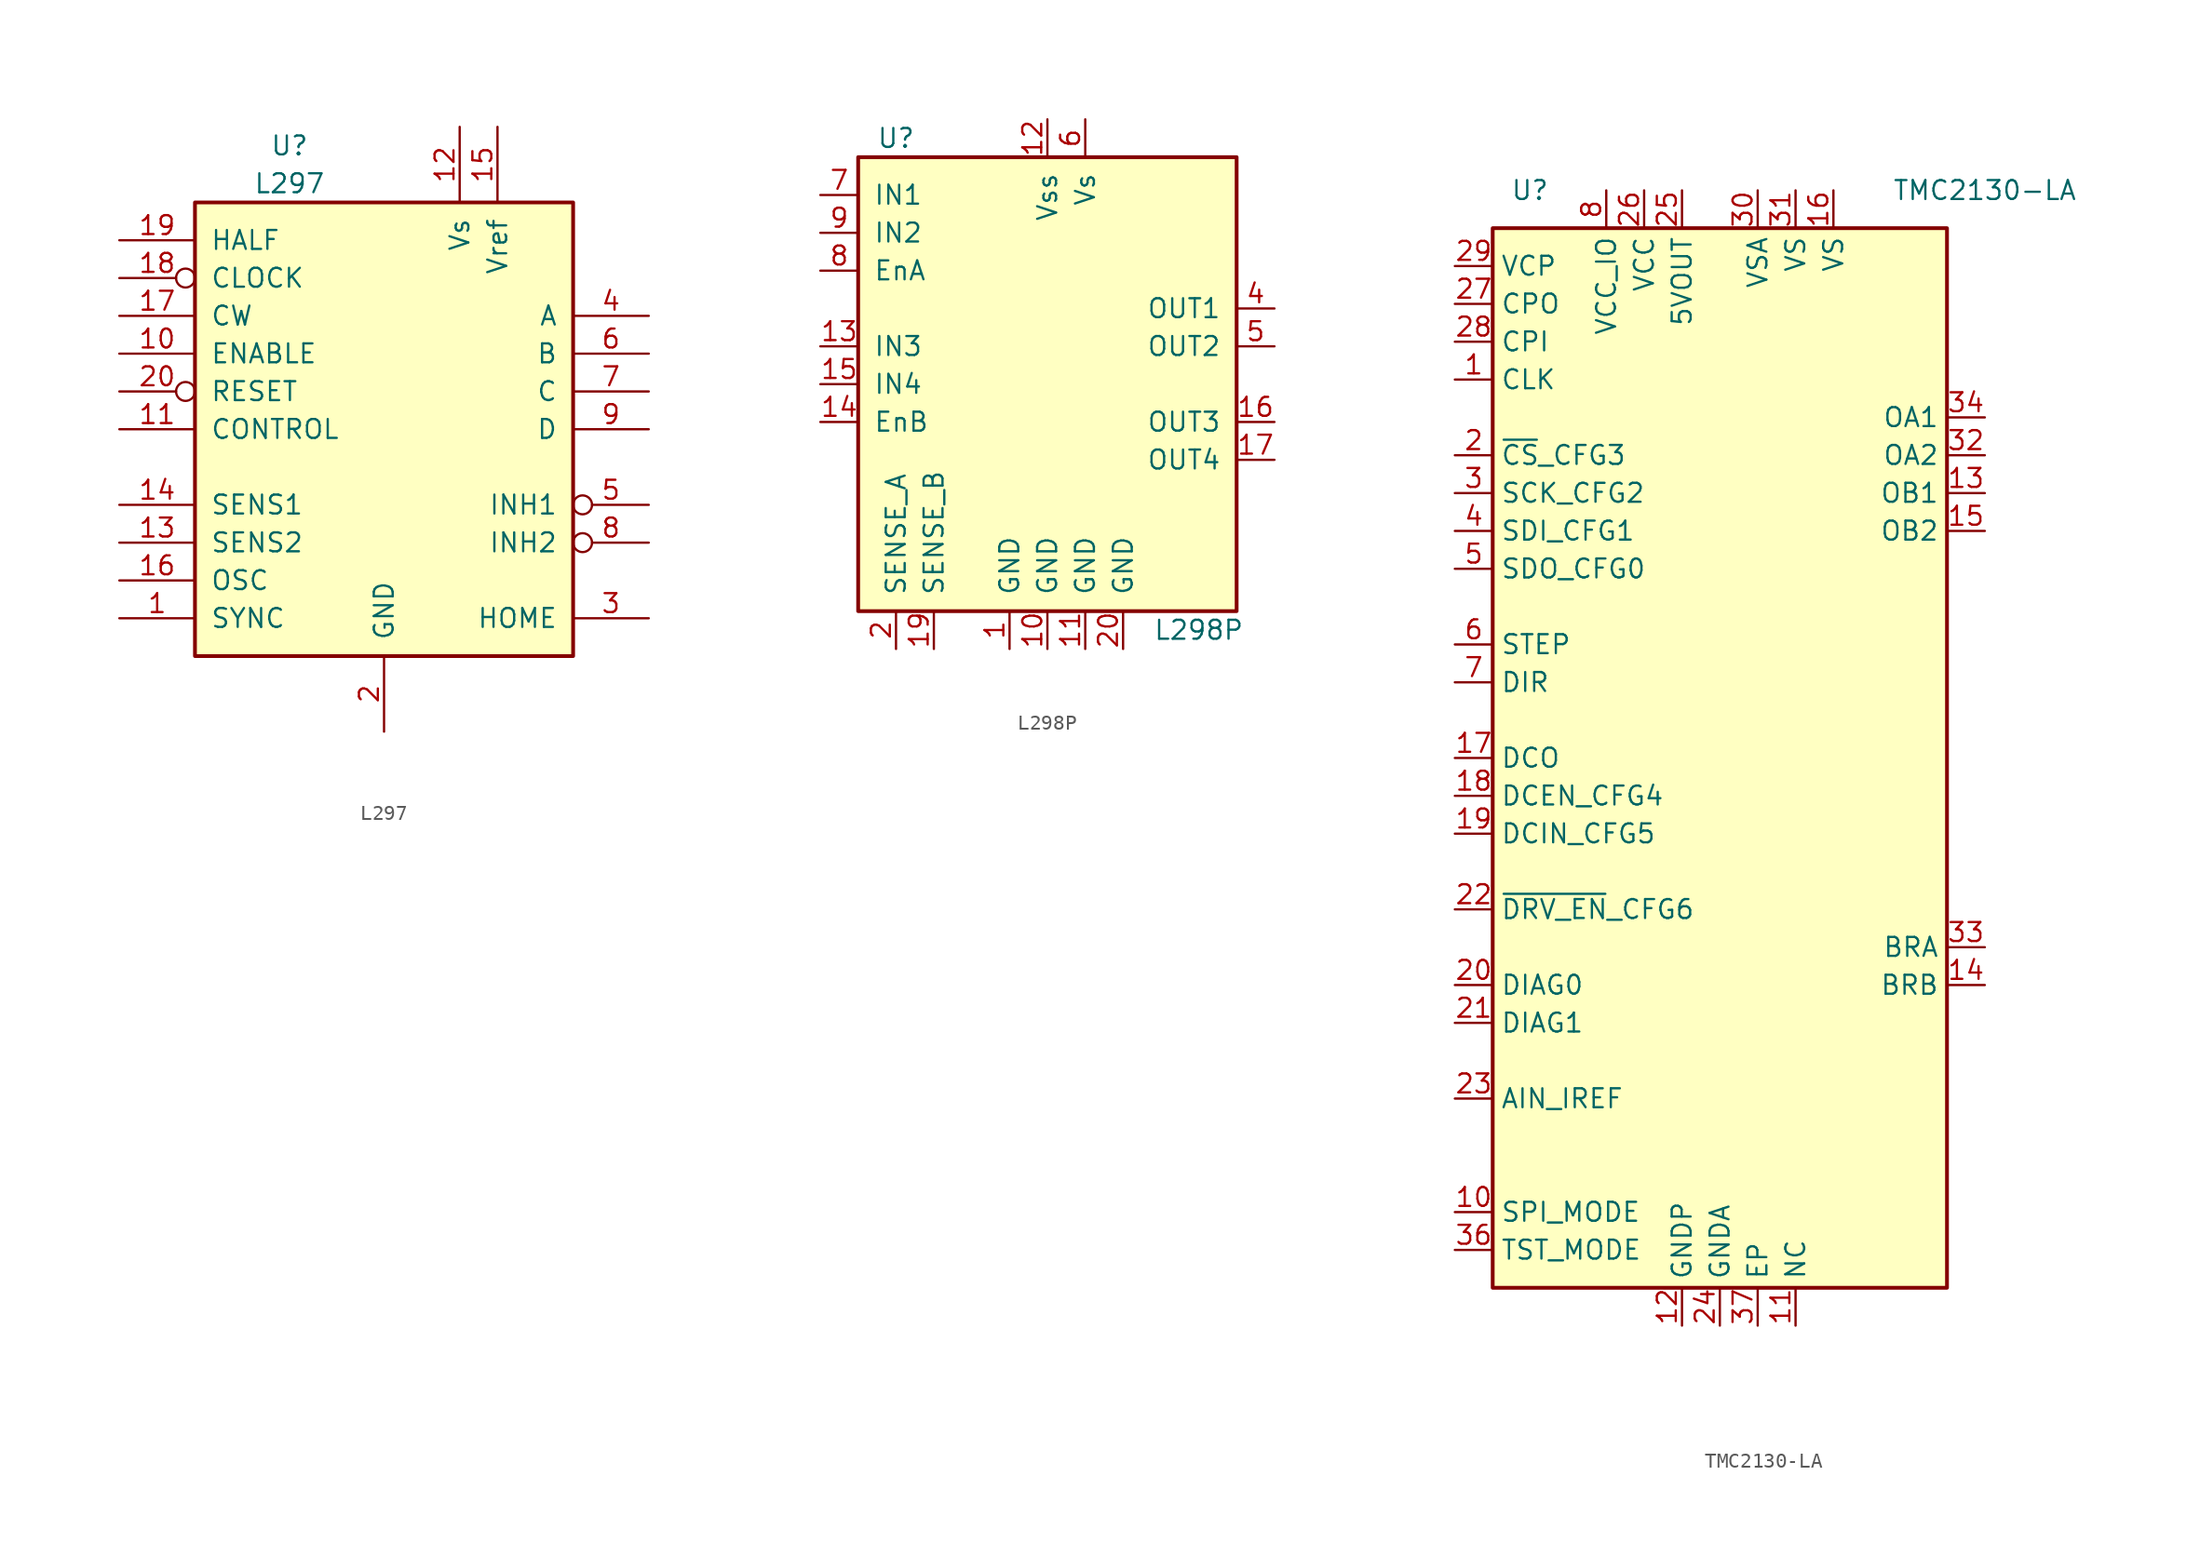
<source format=kicad_sym>
(kicad_symbol_lib
  (version 20200908)
  (generator kicad_symbol_editor)
  (symbol "Driver_Motor:L297"
    (pin_names
      (offset 1.016))
    (property "Reference" "U"
      (at -6.35 19.05 0)
      (effects (font (size 1.27 1.27))))
    (property "Value" "L297"
      (at -6.35 16.51 0)
      (effects (font (size 1.27 1.27))))
    (symbol "L297_0_1"
      (rectangle (start -12.7 15.24) (end 12.7 -15.24) (stroke (width 0.254)) (fill (type background))))
    (symbol "L297_1_0"
      (pin input line (at -17.78 0 0) (length 5.08) (name "CONTROL" (effects (font (size 1.27 1.27)))) (number "11" (effects (font (size 1.27 1.27)))))
      (pin power_in line (at 5.08 20.32 270) (length 5.08) (name "Vs" (effects (font (size 1.27 1.27)))) (number "12" (effects (font (size 1.27 1.27)))))
      (pin input line (at -17.78 -7.62 0) (length 5.08) (name "SENS2" (effects (font (size 1.27 1.27)))) (number "13" (effects (font (size 1.27 1.27)))))
      (pin input line (at -17.78 -5.08 0) (length 5.08) (name "SENS1" (effects (font (size 1.27 1.27)))) (number "14" (effects (font (size 1.27 1.27)))))
      (pin input line (at 7.62 20.32 270) (length 5.08) (name "Vref" (effects (font (size 1.27 1.27)))) (number "15" (effects (font (size 1.27 1.27)))))
      (pin input line (at -17.78 -10.16 0) (length 5.08) (name "OSC" (effects (font (size 1.27 1.27)))) (number "16" (effects (font (size 1.27 1.27)))))
      (pin input line (at -17.78 7.62 0) (length 5.08) (name "CW" (effects (font (size 1.27 1.27)))) (number "17" (effects (font (size 1.27 1.27)))))
      (pin input inverted (at -17.78 10.16 0) (length 5.08) (name "CLOCK" (effects (font (size 1.27 1.27)))) (number "18" (effects (font (size 1.27 1.27)))))
      (pin input line (at -17.78 12.7 0) (length 5.08) (name "HALF" (effects (font (size 1.27 1.27)))) (number "19" (effects (font (size 1.27 1.27)))))
      (pin input inverted (at -17.78 2.54 0) (length 5.08) (name "RESET" (effects (font (size 1.27 1.27)))) (number "20" (effects (font (size 1.27 1.27))))))
    (symbol "L297_1_1"
      (pin bidirectional line (at -17.78 -12.7 0) (length 5.08) (name "SYNC" (effects (font (size 1.27 1.27)))) (number "1" (effects (font (size 1.27 1.27)))))
      (pin input line (at -17.78 5.08 0) (length 5.08) (name "ENABLE" (effects (font (size 1.27 1.27)))) (number "10" (effects (font (size 1.27 1.27)))))
      (pin power_in line (at 0 -20.32 90) (length 5.08) (name "GND" (effects (font (size 1.27 1.27)))) (number "2" (effects (font (size 1.27 1.27)))))
      (pin open_collector line (at 17.78 -12.7 180) (length 5.08) (name "HOME" (effects (font (size 1.27 1.27)))) (number "3" (effects (font (size 1.27 1.27)))))
      (pin output line (at 17.78 7.62 180) (length 5.08) (name "A" (effects (font (size 1.27 1.27)))) (number "4" (effects (font (size 1.27 1.27)))))
      (pin output inverted (at 17.78 -5.08 180) (length 5.08) (name "INH1" (effects (font (size 1.27 1.27)))) (number "5" (effects (font (size 1.27 1.27)))))
      (pin output line (at 17.78 5.08 180) (length 5.08) (name "B" (effects (font (size 1.27 1.27)))) (number "6" (effects (font (size 1.27 1.27)))))
      (pin output line (at 17.78 2.54 180) (length 5.08) (name "C" (effects (font (size 1.27 1.27)))) (number "7" (effects (font (size 1.27 1.27)))))
      (pin output inverted (at 17.78 -7.62 180) (length 5.08) (name "INH2" (effects (font (size 1.27 1.27)))) (number "8" (effects (font (size 1.27 1.27)))))
      (pin output line (at 17.78 0 180) (length 5.08) (name "D" (effects (font (size 1.27 1.27)))) (number "9" (effects (font (size 1.27 1.27)))))))
  (symbol "Driver_Motor:L298P"
    (pin_names
      (offset 1.016))
    (property "Reference" "U"
      (at -10.16 16.51 0)
      (effects (font (size 1.27 1.27))))
    (property "Value" "L298P"
      (at 10.16 -16.51 0)
      (effects (font (size 1.27 1.27))))
    (symbol "L298P_0_1"
      (rectangle (start -12.7 15.24) (end 12.7 -15.24) (stroke (width 0.254)) (fill (type background))))
    (symbol "L298P_1_1"
      (pin power_in line (at -2.54 -17.78 90) (length 2.54) (name "GND" (effects (font (size 1.27 1.27)))) (number "1" (effects (font (size 1.27 1.27)))))
      (pin power_in line (at 0 -17.78 90) (length 2.54) (name "GND" (effects (font (size 1.27 1.27)))) (number "10" (effects (font (size 1.27 1.27)))))
      (pin power_in line (at 2.54 -17.78 90) (length 2.54) (name "GND" (effects (font (size 1.27 1.27)))) (number "11" (effects (font (size 1.27 1.27)))))
      (pin power_in line (at 0 17.78 270) (length 2.54) (name "Vss" (effects (font (size 1.27 1.27)))) (number "12" (effects (font (size 1.27 1.27)))))
      (pin input line (at -15.24 2.54 0) (length 2.54) (name "IN3" (effects (font (size 1.27 1.27)))) (number "13" (effects (font (size 1.27 1.27)))))
      (pin input line (at -15.24 -2.54 0) (length 2.54) (name "EnB" (effects (font (size 1.27 1.27)))) (number "14" (effects (font (size 1.27 1.27)))))
      (pin input line (at -15.24 0 0) (length 2.54) (name "IN4" (effects (font (size 1.27 1.27)))) (number "15" (effects (font (size 1.27 1.27)))))
      (pin output line (at 15.24 -2.54 180) (length 2.54) (name "OUT3" (effects (font (size 1.27 1.27)))) (number "16" (effects (font (size 1.27 1.27)))))
      (pin output line (at 15.24 -5.08 180) (length 2.54) (name "OUT4" (effects (font (size 1.27 1.27)))) (number "17" (effects (font (size 1.27 1.27)))))
      (pin unconnected line (at 15.24 10.16 180) (length 2.54) hide (name "NC" (effects (font (size 1.27 1.27)))) (number "18" (effects (font (size 1.27 1.27)))))
      (pin power_in line (at -7.62 -17.78 90) (length 2.54) (name "SENSE_B" (effects (font (size 1.27 1.27)))) (number "19" (effects (font (size 1.27 1.27)))))
      (pin power_in line (at -10.16 -17.78 90) (length 2.54) (name "SENSE_A" (effects (font (size 1.27 1.27)))) (number "2" (effects (font (size 1.27 1.27)))))
      (pin power_in line (at 5.08 -17.78 90) (length 2.54) (name "GND" (effects (font (size 1.27 1.27)))) (number "20" (effects (font (size 1.27 1.27)))))
      (pin unconnected line (at 15.24 12.7 180) (length 2.54) hide (name "NC" (effects (font (size 1.27 1.27)))) (number "3" (effects (font (size 1.27 1.27)))))
      (pin output line (at 15.24 5.08 180) (length 2.54) (name "OUT1" (effects (font (size 1.27 1.27)))) (number "4" (effects (font (size 1.27 1.27)))))
      (pin output line (at 15.24 2.54 180) (length 2.54) (name "OUT2" (effects (font (size 1.27 1.27)))) (number "5" (effects (font (size 1.27 1.27)))))
      (pin power_in line (at 2.54 17.78 270) (length 2.54) (name "Vs" (effects (font (size 1.27 1.27)))) (number "6" (effects (font (size 1.27 1.27)))))
      (pin input line (at -15.24 12.7 0) (length 2.54) (name "IN1" (effects (font (size 1.27 1.27)))) (number "7" (effects (font (size 1.27 1.27)))))
      (pin input line (at -15.24 7.62 0) (length 2.54) (name "EnA" (effects (font (size 1.27 1.27)))) (number "8" (effects (font (size 1.27 1.27)))))
      (pin input line (at -15.24 10.16 0) (length 2.54) (name "IN2" (effects (font (size 1.27 1.27)))) (number "9" (effects (font (size 1.27 1.27)))))))
  (symbol "Driver_Motor:TMC2130-LA"
    (property "Reference" "U"
      (at -11.43 38.1 0)
      (effects (font (size 1.27 1.27)) (justify right)))
    (property "Value" "TMC2130-LA"
      (at 17.78 38.1 0)
      (effects (font (size 1.27 1.27))))
    (symbol "TMC2130-LA_0_1"
      (rectangle (start -15.24 35.56) (end 15.24 -35.56) (stroke (width 0.254)) (fill (type background))))
    (symbol "TMC2130-LA_1_1"
      (pin input line (at -17.78 25.4 0) (length 2.54) (name "CLK" (effects (font (size 1.27 1.27)))) (number "1" (effects (font (size 1.27 1.27)))))
      (pin input line (at -17.78 -30.48 0) (length 2.54) (name "SPI_MODE" (effects (font (size 1.27 1.27)))) (number "10" (effects (font (size 1.27 1.27)))))
      (pin passive line (at 5.08 -38.1 90) (length 2.54) (name "NC" (effects (font (size 1.27 1.27)))) (number "11" (effects (font (size 1.27 1.27)))))
      (pin power_in line (at -2.54 -38.1 90) (length 2.54) (name "GNDP" (effects (font (size 1.27 1.27)))) (number "12" (effects (font (size 1.27 1.27)))))
      (pin output line (at 17.78 17.78 180) (length 2.54) (name "OB1" (effects (font (size 1.27 1.27)))) (number "13" (effects (font (size 1.27 1.27)))))
      (pin passive line (at 17.78 -15.24 180) (length 2.54) (name "BRB" (effects (font (size 1.27 1.27)))) (number "14" (effects (font (size 1.27 1.27)))))
      (pin output line (at 17.78 15.24 180) (length 2.54) (name "OB2" (effects (font (size 1.27 1.27)))) (number "15" (effects (font (size 1.27 1.27)))))
      (pin power_in line (at 7.62 38.1 270) (length 2.54) (name "VS" (effects (font (size 1.27 1.27)))) (number "16" (effects (font (size 1.27 1.27)))))
      (pin output line (at -17.78 0 0) (length 2.54) (name "DCO" (effects (font (size 1.27 1.27)))) (number "17" (effects (font (size 1.27 1.27)))))
      (pin input line (at -17.78 -2.54 0) (length 2.54) (name "DCEN_CFG4" (effects (font (size 1.27 1.27)))) (number "18" (effects (font (size 1.27 1.27)))))
      (pin input line (at -17.78 -5.08 0) (length 2.54) (name "DCIN_CFG5" (effects (font (size 1.27 1.27)))) (number "19" (effects (font (size 1.27 1.27)))))
      (pin input line (at -17.78 20.32 0) (length 2.54) (name "~CS~_CFG3" (effects (font (size 1.27 1.27)))) (number "2" (effects (font (size 1.27 1.27)))))
      (pin output line (at -17.78 -15.24 0) (length 2.54) (name "DIAG0" (effects (font (size 1.27 1.27)))) (number "20" (effects (font (size 1.27 1.27)))))
      (pin output line (at -17.78 -17.78 0) (length 2.54) (name "DIAG1" (effects (font (size 1.27 1.27)))) (number "21" (effects (font (size 1.27 1.27)))))
      (pin input line (at -17.78 -10.16 0) (length 2.54) (name "~DRV_EN~_CFG6" (effects (font (size 1.27 1.27)))) (number "22" (effects (font (size 1.27 1.27)))))
      (pin input line (at -17.78 -22.86 0) (length 2.54) (name "AIN_IREF" (effects (font (size 1.27 1.27)))) (number "23" (effects (font (size 1.27 1.27)))))
      (pin power_in line (at 0 -38.1 90) (length 2.54) (name "GNDA" (effects (font (size 1.27 1.27)))) (number "24" (effects (font (size 1.27 1.27)))))
      (pin power_out line (at -2.54 38.1 270) (length 2.54) (name "5VOUT" (effects (font (size 1.27 1.27)))) (number "25" (effects (font (size 1.27 1.27)))))
      (pin power_in line (at -5.08 38.1 270) (length 2.54) (name "VCC" (effects (font (size 1.27 1.27)))) (number "26" (effects (font (size 1.27 1.27)))))
      (pin passive line (at -17.78 30.48 0) (length 2.54) (name "CPO" (effects (font (size 1.27 1.27)))) (number "27" (effects (font (size 1.27 1.27)))))
      (pin passive line (at -17.78 27.94 0) (length 2.54) (name "CPI" (effects (font (size 1.27 1.27)))) (number "28" (effects (font (size 1.27 1.27)))))
      (pin passive line (at -17.78 33.02 0) (length 2.54) (name "VCP" (effects (font (size 1.27 1.27)))) (number "29" (effects (font (size 1.27 1.27)))))
      (pin input line (at -17.78 17.78 0) (length 2.54) (name "SCK_CFG2" (effects (font (size 1.27 1.27)))) (number "3" (effects (font (size 1.27 1.27)))))
      (pin power_in line (at 2.54 38.1 270) (length 2.54) (name "VSA" (effects (font (size 1.27 1.27)))) (number "30" (effects (font (size 1.27 1.27)))))
      (pin power_in line (at 5.08 38.1 270) (length 2.54) (name "VS" (effects (font (size 1.27 1.27)))) (number "31" (effects (font (size 1.27 1.27)))))
      (pin output line (at 17.78 20.32 180) (length 2.54) (name "OA2" (effects (font (size 1.27 1.27)))) (number "32" (effects (font (size 1.27 1.27)))))
      (pin passive line (at 17.78 -12.7 180) (length 2.54) (name "BRA" (effects (font (size 1.27 1.27)))) (number "33" (effects (font (size 1.27 1.27)))))
      (pin output line (at 17.78 22.86 180) (length 2.54) (name "OA1" (effects (font (size 1.27 1.27)))) (number "34" (effects (font (size 1.27 1.27)))))
      (pin passive line (at -2.54 -38.1 90) (length 2.54) hide (name "GNDP" (effects (font (size 1.27 1.27)))) (number "35" (effects (font (size 1.27 1.27)))))
      (pin input line (at -17.78 -33.02 0) (length 2.54) (name "TST_MODE" (effects (font (size 1.27 1.27)))) (number "36" (effects (font (size 1.27 1.27)))))
      (pin power_in line (at 2.54 -38.1 90) (length 2.54) (name "EP" (effects (font (size 1.27 1.27)))) (number "37" (effects (font (size 1.27 1.27)))))
      (pin input line (at -17.78 15.24 0) (length 2.54) (name "SDI_CFG1" (effects (font (size 1.27 1.27)))) (number "4" (effects (font (size 1.27 1.27)))))
      (pin bidirectional line (at -17.78 12.7 0) (length 2.54) (name "SDO_CFG0" (effects (font (size 1.27 1.27)))) (number "5" (effects (font (size 1.27 1.27)))))
      (pin input line (at -17.78 7.62 0) (length 2.54) (name "STEP" (effects (font (size 1.27 1.27)))) (number "6" (effects (font (size 1.27 1.27)))))
      (pin input line (at -17.78 5.08 0) (length 2.54) (name "DIR" (effects (font (size 1.27 1.27)))) (number "7" (effects (font (size 1.27 1.27)))))
      (pin power_in line (at -7.62 38.1 270) (length 2.54) (name "VCC_IO" (effects (font (size 1.27 1.27)))) (number "8" (effects (font (size 1.27 1.27)))))
      (pin unconnected line (at 15.24 33.02 180) (length 2.54) hide (name "DNC" (effects (font (size 1.27 1.27)))) (number "9" (effects (font (size 1.27 1.27))))))))
</source>
